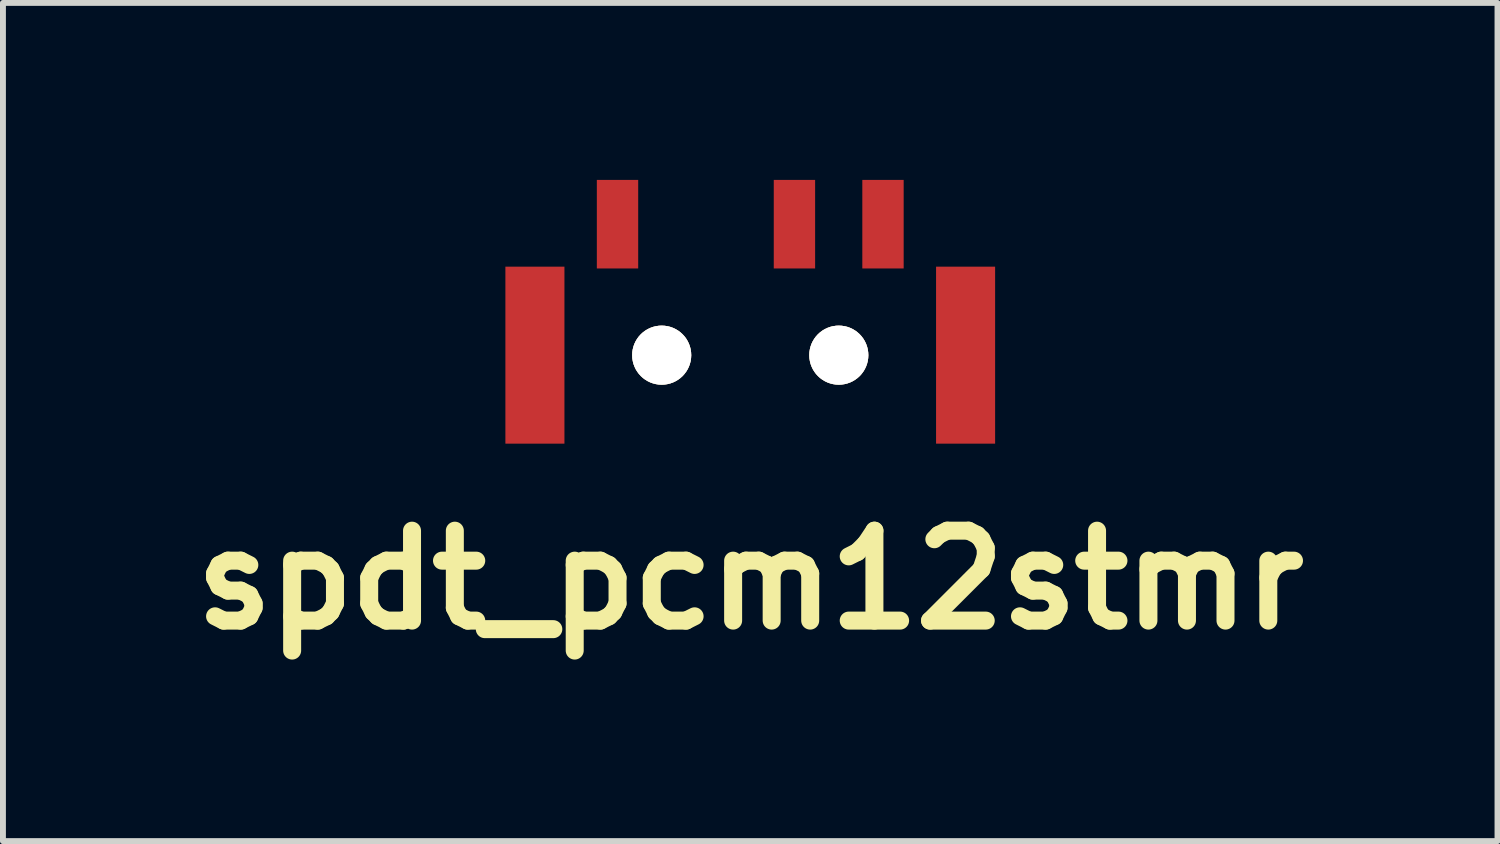
<source format=kicad_pcb>
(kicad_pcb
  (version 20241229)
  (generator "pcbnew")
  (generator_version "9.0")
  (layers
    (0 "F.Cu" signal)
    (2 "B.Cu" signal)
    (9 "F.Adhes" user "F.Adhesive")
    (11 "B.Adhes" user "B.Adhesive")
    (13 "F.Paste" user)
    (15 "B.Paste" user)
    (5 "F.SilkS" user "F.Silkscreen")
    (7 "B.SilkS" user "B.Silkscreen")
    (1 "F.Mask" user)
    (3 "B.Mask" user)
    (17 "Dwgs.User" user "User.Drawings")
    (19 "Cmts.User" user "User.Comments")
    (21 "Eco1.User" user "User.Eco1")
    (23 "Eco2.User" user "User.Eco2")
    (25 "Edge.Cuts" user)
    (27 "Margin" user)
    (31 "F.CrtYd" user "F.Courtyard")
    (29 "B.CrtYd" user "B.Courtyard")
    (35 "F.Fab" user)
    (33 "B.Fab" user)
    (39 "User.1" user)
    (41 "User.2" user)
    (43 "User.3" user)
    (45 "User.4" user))
  (footprint "spdt_pcm12stmr"
    (layer "F.Cu")
    (at 9.667 2.97)
    (property "Reference" "spdt_pcm12stmr" (at 0 3.81 0) (layer "F.SilkS") (effects (font (size 1.524 1.524) (thickness 0.305))))
    (attr through_hole)
    (pad "" thru_hole circle (at -1.501 0) (size 1.001 1.001) (drill 1.001) (layers "*.Cu" "F.SilkS"))
    (pad "" thru_hole circle (at 1.501 0) (size 1.001 1.001) (drill 1.001) (layers "*.Cu" "F.SilkS"))
    (pad "1" smd rect (at -2.25 -2.22) (size 0.701 1.501) (layers "F.Cu" "F.Mask" "F.Paste"))
    (pad "2" smd rect (at 0.749 -2.22) (size 0.701 1.501) (layers "F.Cu" "F.Mask" "F.Paste"))
    (pad "3" smd rect (at 2.25 -2.22) (size 0.701 1.501) (layers "F.Cu" "F.Mask" "F.Paste"))
    (pad "mnt1" smd rect (at -3.65 0) (size 1.001 3) (layers "F.Cu" "F.Mask" "F.Paste"))
    (pad "mnt2" smd rect (at 3.65 0) (size 1.001 3) (layers "F.Cu" "F.Mask" "F.Paste")))
  (gr_rect
    (start -3 -3)
    (end 22.333 11.207)
    (stroke (width 0.1) (type default))
    (fill no)
    (layer "Edge.Cuts")))
</source>
